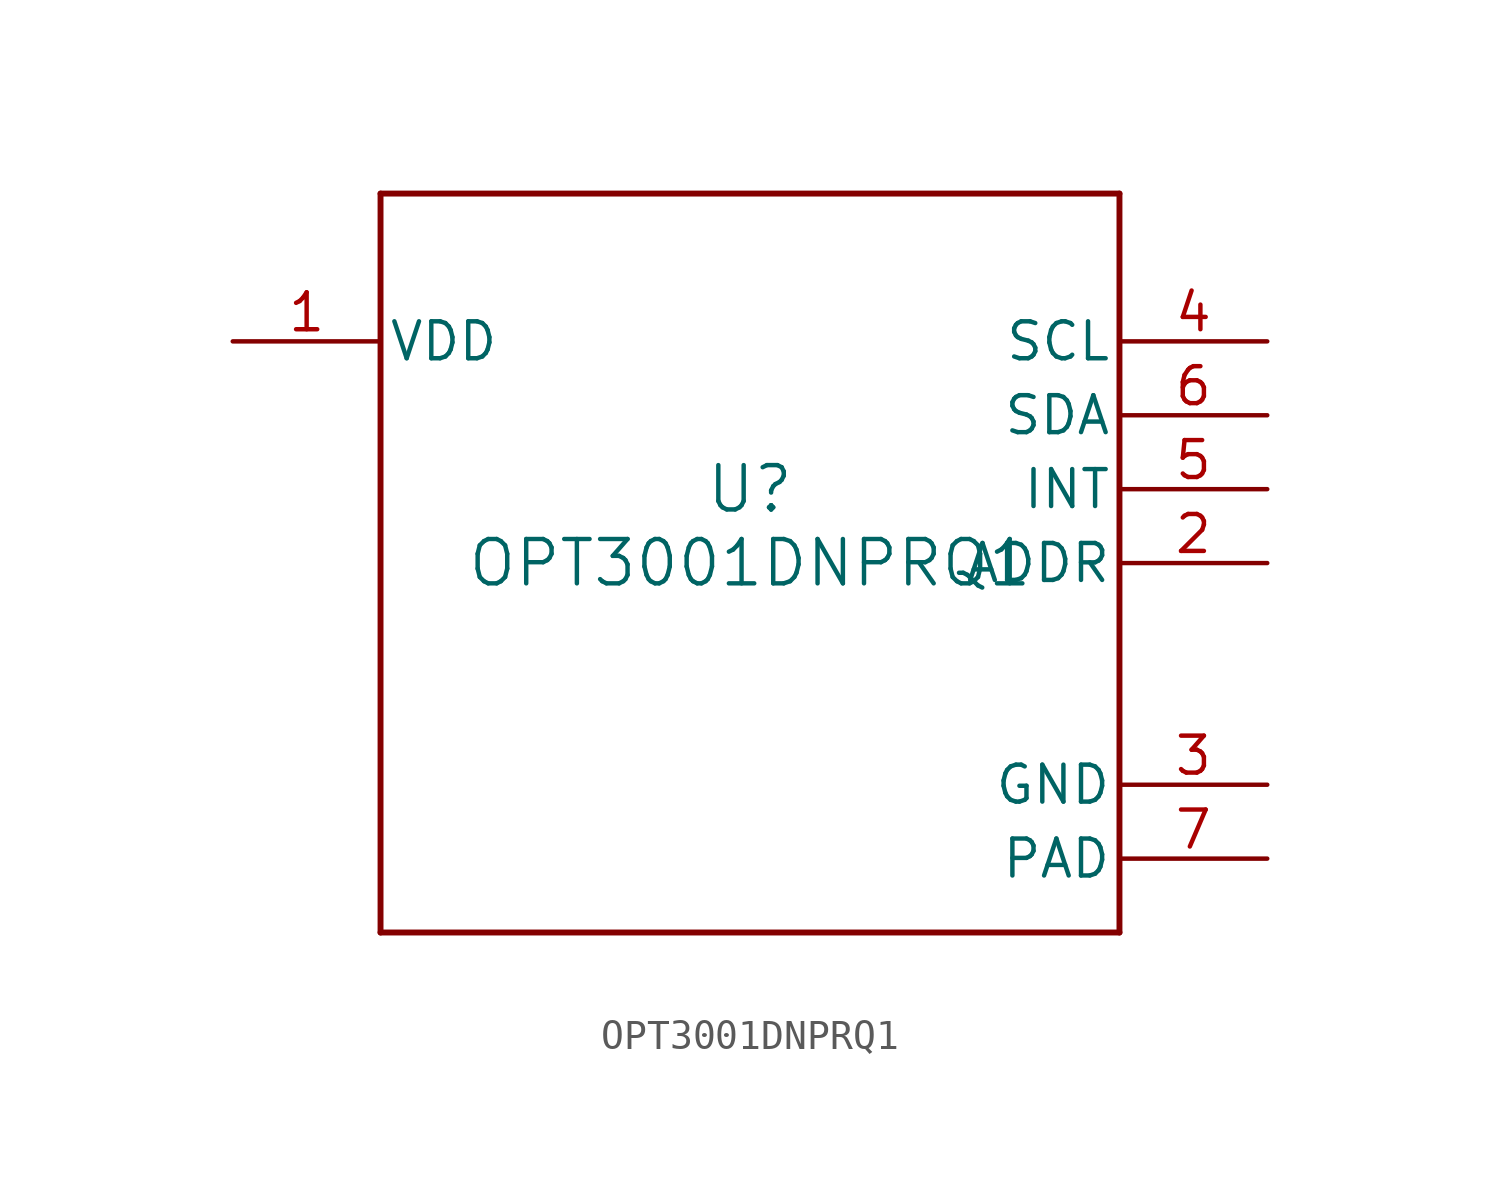
<source format=kicad_sym>
(kicad_symbol_lib
  (version 20211014)
  (generator kicad_symbol_editor)
  (symbol "OPT3001DNPRQ1"
    (pin_names
      (offset 0.254))
    (property "Reference" "U"
      (at 0 2.54 0)
      (effects (font (size 1.524 1.524))))
    (property "Value" "OPT3001DNPRQ1"
      (at 0 0 0)
      (effects (font (size 1.524 1.524))))
    (symbol "OPT3001DNPRQ1_0_1"
      (polyline (pts (xy -12.7 -12.7) (xy 12.7 -12.7)) (stroke (width 0.203) (type default) (color 0 0 0 0)) (fill (type none)))
      (polyline (pts (xy 12.7 -12.7) (xy 12.7 12.7)) (stroke (width 0.203) (type default) (color 0 0 0 0)) (fill (type none)))
      (polyline (pts (xy 12.7 12.7) (xy -12.7 12.7)) (stroke (width 0.203) (type default) (color 0 0 0 0)) (fill (type none)))
      (polyline (pts (xy -12.7 12.7) (xy -12.7 -12.7)) (stroke (width 0.203) (type default) (color 0 0 0 0)) (fill (type none)))
      (pin power_in line (at -17.78 7.62 0) (length 5.08) (name "VDD" (effects (font (size 1.27 1.27)))) (number "1" (effects (font (size 1.27 1.27)))))
      (pin input line (at 17.78 0 180) (length 5.08) (name "ADDR" (effects (font (size 1.27 1.27)))) (number "2" (effects (font (size 1.27 1.27)))))
      (pin power_in line (at 17.78 -7.62 180) (length 5.08) (name "GND" (effects (font (size 1.27 1.27)))) (number "3" (effects (font (size 1.27 1.27)))))
      (pin input line (at 17.78 7.62 180) (length 5.08) (name "SCL" (effects (font (size 1.27 1.27)))) (number "4" (effects (font (size 1.27 1.27)))))
      (pin output line (at 17.78 2.54 180) (length 5.08) (name "INT" (effects (font (size 1.27 1.27)))) (number "5" (effects (font (size 1.27 1.27)))))
      (pin input line (at 17.78 5.08 180) (length 5.08) (name "SDA" (effects (font (size 1.27 1.27)))) (number "6" (effects (font (size 1.27 1.27)))))
      (pin unspecified line (at 17.78 -10.16 180) (length 5.08) (name "PAD" (effects (font (size 1.27 1.27)))) (number "7" (effects (font (size 1.27 1.27))))))))
</source>
